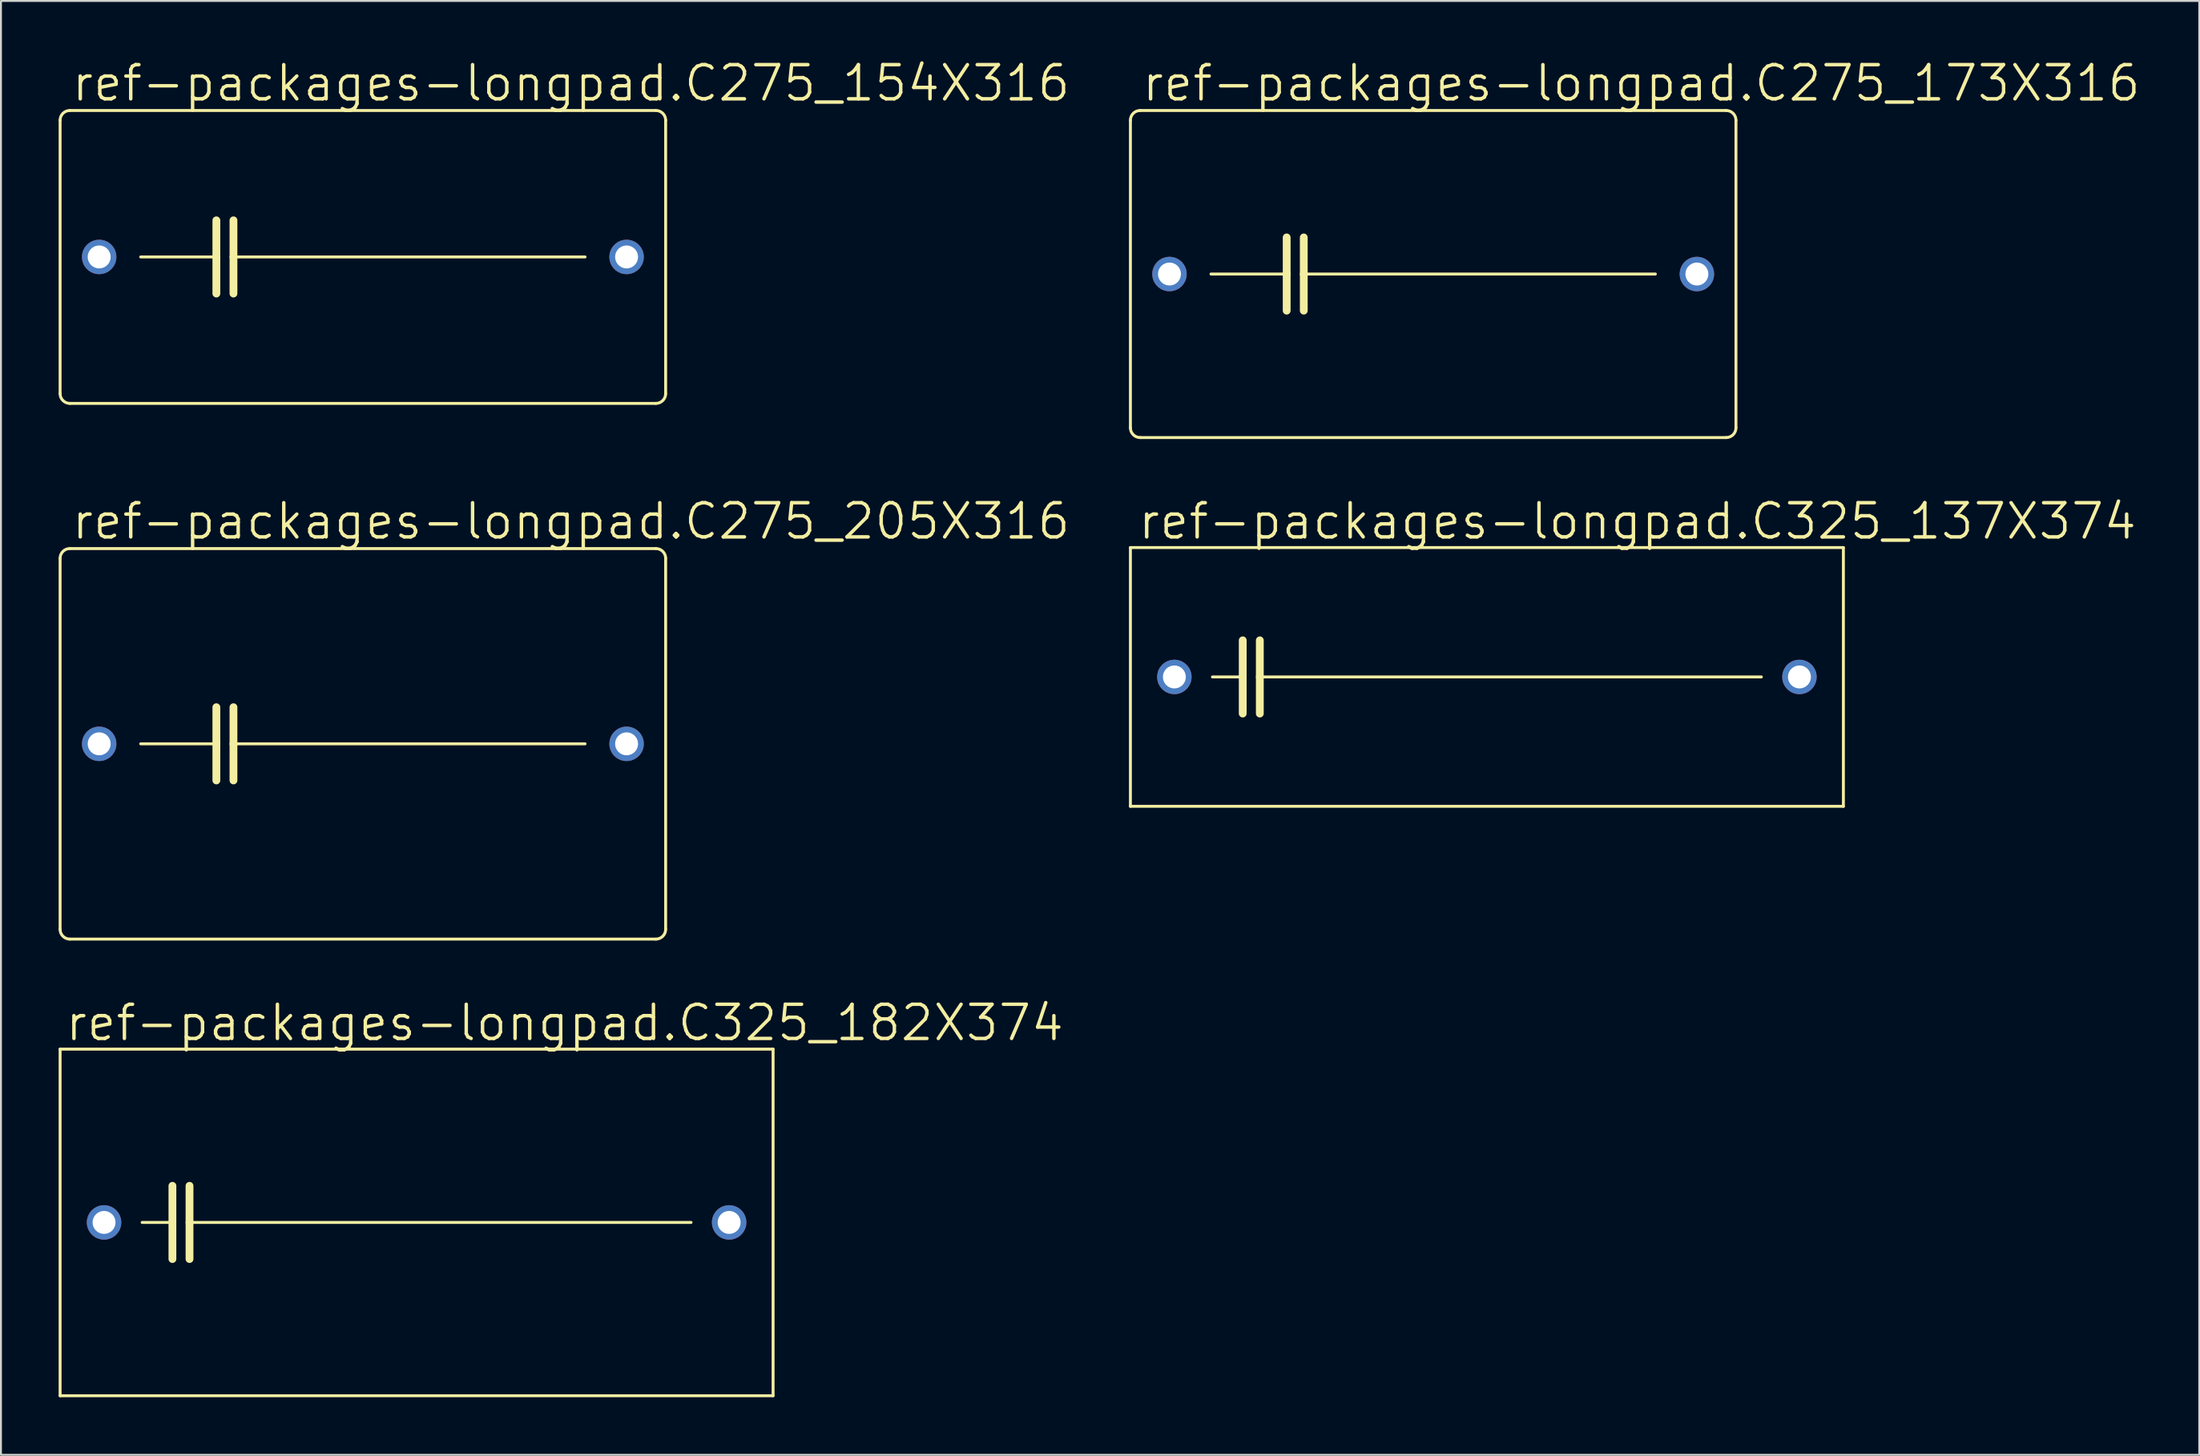
<source format=kicad_pcb>
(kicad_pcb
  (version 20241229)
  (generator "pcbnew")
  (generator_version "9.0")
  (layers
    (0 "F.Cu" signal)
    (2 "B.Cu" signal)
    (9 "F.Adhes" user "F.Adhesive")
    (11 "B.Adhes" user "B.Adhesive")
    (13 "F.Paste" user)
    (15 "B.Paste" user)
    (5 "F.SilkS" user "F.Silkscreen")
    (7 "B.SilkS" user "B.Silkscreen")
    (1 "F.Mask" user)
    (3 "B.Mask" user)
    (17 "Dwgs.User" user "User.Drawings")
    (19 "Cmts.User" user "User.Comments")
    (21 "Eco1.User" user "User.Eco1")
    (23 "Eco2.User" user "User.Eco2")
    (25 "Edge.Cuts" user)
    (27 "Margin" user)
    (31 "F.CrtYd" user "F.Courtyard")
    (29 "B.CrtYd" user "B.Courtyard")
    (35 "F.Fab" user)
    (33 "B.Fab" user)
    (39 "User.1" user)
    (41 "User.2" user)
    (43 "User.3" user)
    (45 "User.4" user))
  (footprint "ref-packages-longpad.C325_137X374"
    (layer "F.Cu")
    (at 74.287 32.172)
    (property "Reference" "ref-packages-longpad.C325_137X374" (at -18.237 -7.061 0) (layer "F.SilkS") (effects (font (size 1.778 1.778) (thickness 0.18)) (justify left bottom)))
    (attr through_hole)
    (fp_line (start -18.542 -6.731) (end -18.542 6.731) (stroke (width 0.152) (type default)) (layer "F.SilkS"))
    (fp_line (start -18.542 6.731) (end 18.542 6.731) (stroke (width 0.152) (type default)) (layer "F.SilkS"))
    (fp_line (start -14.275 0) (end -12.7 0) (stroke (width 0.152) (type default)) (layer "F.SilkS"))
    (fp_line (start -12.7 -1.905) (end -12.7 0) (stroke (width 0.406) (type default)) (layer "F.SilkS"))
    (fp_line (start -12.7 0) (end -12.7 1.905) (stroke (width 0.406) (type default)) (layer "F.SilkS"))
    (fp_line (start -11.811 -1.905) (end -11.811 0) (stroke (width 0.406) (type default)) (layer "F.SilkS"))
    (fp_line (start -11.811 0) (end -11.811 1.905) (stroke (width 0.406) (type default)) (layer "F.SilkS"))
    (fp_line (start -11.811 0) (end 14.275 0) (stroke (width 0.152) (type default)) (layer "F.SilkS"))
    (fp_line (start 18.542 -6.731) (end -18.542 -6.731) (stroke (width 0.152) (type default)) (layer "F.SilkS"))
    (fp_line (start 18.542 -6.731) (end 18.542 6.731) (stroke (width 0.152) (type default)) (layer "F.SilkS"))
    (pad "1" thru_hole circle (at -16.256 0) (size 1.791 1.791) (drill 1.194) (layers "*.Cu" "*.Mask"))
    (pad "2" thru_hole circle (at 16.256 0) (size 1.791 1.791) (drill 1.194) (layers "*.Cu" "*.Mask")))
  (footprint "ref-packages-longpad.C325_182X374"
    (layer "F.Cu")
    (at 18.618 60.554)
    (property "Reference" "ref-packages-longpad.C325_182X374" (at -18.364 -9.347 0) (layer "F.SilkS") (effects (font (size 1.778 1.778) (thickness 0.18)) (justify left bottom)))
    (attr through_hole)
    (fp_line (start -18.542 -9.017) (end -18.542 9.017) (stroke (width 0.152) (type default)) (layer "F.SilkS"))
    (fp_line (start -18.542 9.017) (end 18.542 9.017) (stroke (width 0.152) (type default)) (layer "F.SilkS"))
    (fp_line (start -14.275 0) (end -12.7 0) (stroke (width 0.152) (type default)) (layer "F.SilkS"))
    (fp_line (start -12.7 -1.905) (end -12.7 0) (stroke (width 0.406) (type default)) (layer "F.SilkS"))
    (fp_line (start -12.7 0) (end -12.7 1.905) (stroke (width 0.406) (type default)) (layer "F.SilkS"))
    (fp_line (start -11.811 -1.905) (end -11.811 0) (stroke (width 0.406) (type default)) (layer "F.SilkS"))
    (fp_line (start -11.811 0) (end -11.811 1.905) (stroke (width 0.406) (type default)) (layer "F.SilkS"))
    (fp_line (start -11.811 0) (end 14.275 0) (stroke (width 0.152) (type default)) (layer "F.SilkS"))
    (fp_line (start 18.542 -9.017) (end -18.542 -9.017) (stroke (width 0.152) (type default)) (layer "F.SilkS"))
    (fp_line (start 18.542 -9.017) (end 18.542 9.017) (stroke (width 0.152) (type default)) (layer "F.SilkS"))
    (pad "1" thru_hole circle (at -16.256 0) (size 1.791 1.791) (drill 1.194) (layers "*.Cu" "*.Mask"))
    (pad "2" thru_hole circle (at 16.256 0) (size 1.791 1.791) (drill 1.194) (layers "*.Cu" "*.Mask")))
  (footprint "ref-packages-longpad.C275_205X316"
    (layer "F.Cu")
    (at 15.824 35.652)
    (property "Reference" "ref-packages-longpad.C275_205X316" (at -15.24 -10.541 0) (layer "F.SilkS") (effects (font (size 1.778 1.778) (thickness 0.18)) (justify left bottom)))
    (attr through_hole)
    (fp_line (start -15.748 9.652) (end -15.748 -9.652) (stroke (width 0.152) (type default)) (layer "F.SilkS"))
    (fp_line (start -15.24 -10.16) (end 15.24 -10.16) (stroke (width 0.152) (type default)) (layer "F.SilkS"))
    (fp_line (start -11.557 0) (end -7.62 0) (stroke (width 0.152) (type default)) (layer "F.SilkS"))
    (fp_line (start -7.62 -1.905) (end -7.62 0) (stroke (width 0.406) (type default)) (layer "F.SilkS"))
    (fp_line (start -7.62 0) (end -7.62 1.905) (stroke (width 0.406) (type default)) (layer "F.SilkS"))
    (fp_line (start -6.731 -1.905) (end -6.731 0) (stroke (width 0.406) (type default)) (layer "F.SilkS"))
    (fp_line (start -6.731 0) (end -6.731 1.905) (stroke (width 0.406) (type default)) (layer "F.SilkS"))
    (fp_line (start -6.731 0) (end 11.557 0) (stroke (width 0.152) (type default)) (layer "F.SilkS"))
    (fp_line (start 15.24 10.16) (end -15.24 10.16) (stroke (width 0.152) (type default)) (layer "F.SilkS"))
    (fp_line (start 15.748 -9.652) (end 15.748 9.652) (stroke (width 0.152) (type default)) (layer "F.SilkS"))
    (fp_arc (start -15.748 -9.652) (mid -15.59921 -10.01121) (end -15.24 -10.16) (stroke (width 0.1524) (type default)) (layer "F.SilkS"))
    (fp_arc (start -15.24 10.16) (mid -15.59921 10.01121) (end -15.748 9.652) (stroke (width 0.1524) (type default)) (layer "F.SilkS"))
    (fp_arc (start 15.24 -10.16) (mid 15.59921 -10.01121) (end 15.748 -9.652) (stroke (width 0.1524) (type default)) (layer "F.SilkS"))
    (fp_arc (start 15.748 9.652) (mid 15.59921 10.01121) (end 15.24 10.16) (stroke (width 0.1524) (type default)) (layer "F.SilkS"))
    (pad "1" thru_hole circle (at -13.716 0) (size 1.791 1.791) (drill 1.194) (layers "*.Cu" "*.Mask"))
    (pad "2" thru_hole circle (at 13.716 0) (size 1.791 1.791) (drill 1.194) (layers "*.Cu" "*.Mask")))
  (footprint "ref-packages-longpad.C275_173X316"
    (layer "F.Cu")
    (at 71.493 11.208)
    (property "Reference" "ref-packages-longpad.C275_173X316" (at -15.24 -8.89 0) (layer "F.SilkS") (effects (font (size 1.778 1.778) (thickness 0.18)) (justify left bottom)))
    (attr through_hole)
    (fp_line (start -15.748 8.001) (end -15.748 -8.001) (stroke (width 0.152) (type default)) (layer "F.SilkS"))
    (fp_line (start -15.24 -8.509) (end 15.24 -8.509) (stroke (width 0.152) (type default)) (layer "F.SilkS"))
    (fp_line (start -11.557 0) (end -7.62 0) (stroke (width 0.152) (type default)) (layer "F.SilkS"))
    (fp_line (start -7.62 -1.905) (end -7.62 0) (stroke (width 0.406) (type default)) (layer "F.SilkS"))
    (fp_line (start -7.62 0) (end -7.62 1.905) (stroke (width 0.406) (type default)) (layer "F.SilkS"))
    (fp_line (start -6.731 -1.905) (end -6.731 0) (stroke (width 0.406) (type default)) (layer "F.SilkS"))
    (fp_line (start -6.731 0) (end -6.731 1.905) (stroke (width 0.406) (type default)) (layer "F.SilkS"))
    (fp_line (start -6.731 0) (end 11.557 0) (stroke (width 0.152) (type default)) (layer "F.SilkS"))
    (fp_line (start 15.24 8.509) (end -15.24 8.509) (stroke (width 0.152) (type default)) (layer "F.SilkS"))
    (fp_line (start 15.748 -8.001) (end 15.748 8.001) (stroke (width 0.152) (type default)) (layer "F.SilkS"))
    (fp_arc (start -15.748 -8.001) (mid -15.59921 -8.36021) (end -15.24 -8.509) (stroke (width 0.1524) (type default)) (layer "F.SilkS"))
    (fp_arc (start -15.24 8.509) (mid -15.59921 8.36021) (end -15.748 8.001) (stroke (width 0.1524) (type default)) (layer "F.SilkS"))
    (fp_arc (start 15.24 -8.509) (mid 15.59921 -8.36021) (end 15.748 -8.001) (stroke (width 0.1524) (type default)) (layer "F.SilkS"))
    (fp_arc (start 15.748 8.001) (mid 15.59921 8.36021) (end 15.24 8.509) (stroke (width 0.1524) (type default)) (layer "F.SilkS"))
    (pad "1" thru_hole circle (at -13.716 0) (size 1.791 1.791) (drill 1.194) (layers "*.Cu" "*.Mask"))
    (pad "2" thru_hole circle (at 13.716 0) (size 1.791 1.791) (drill 1.194) (layers "*.Cu" "*.Mask")))
  (footprint "ref-packages-longpad.C275_154X316"
    (layer "F.Cu")
    (at 15.824 10.319)
    (property "Reference" "ref-packages-longpad.C275_154X316" (at -15.24 -8.001 0) (layer "F.SilkS") (effects (font (size 1.778 1.778) (thickness 0.18)) (justify left bottom)))
    (attr through_hole)
    (fp_line (start -15.748 7.112) (end -15.748 -7.112) (stroke (width 0.152) (type default)) (layer "F.SilkS"))
    (fp_line (start -15.24 -7.62) (end 15.24 -7.62) (stroke (width 0.152) (type default)) (layer "F.SilkS"))
    (fp_line (start -11.557 0) (end -7.62 0) (stroke (width 0.152) (type default)) (layer "F.SilkS"))
    (fp_line (start -7.62 -1.905) (end -7.62 0) (stroke (width 0.406) (type default)) (layer "F.SilkS"))
    (fp_line (start -7.62 0) (end -7.62 1.905) (stroke (width 0.406) (type default)) (layer "F.SilkS"))
    (fp_line (start -6.731 -1.905) (end -6.731 0) (stroke (width 0.406) (type default)) (layer "F.SilkS"))
    (fp_line (start -6.731 0) (end -6.731 1.905) (stroke (width 0.406) (type default)) (layer "F.SilkS"))
    (fp_line (start -6.731 0) (end 11.557 0) (stroke (width 0.152) (type default)) (layer "F.SilkS"))
    (fp_line (start 15.24 7.62) (end -15.24 7.62) (stroke (width 0.152) (type default)) (layer "F.SilkS"))
    (fp_line (start 15.748 -7.112) (end 15.748 7.112) (stroke (width 0.152) (type default)) (layer "F.SilkS"))
    (fp_arc (start -15.748 -7.112) (mid -15.59921 -7.47121) (end -15.24 -7.62) (stroke (width 0.1524) (type default)) (layer "F.SilkS"))
    (fp_arc (start -15.24 7.62) (mid -15.59921 7.47121) (end -15.748 7.112) (stroke (width 0.1524) (type default)) (layer "F.SilkS"))
    (fp_arc (start 15.24 -7.62) (mid 15.59921 -7.47121) (end 15.748 -7.112) (stroke (width 0.1524) (type default)) (layer "F.SilkS"))
    (fp_arc (start 15.748 7.112) (mid 15.59921 7.47121) (end 15.24 7.62) (stroke (width 0.1524) (type default)) (layer "F.SilkS"))
    (pad "1" thru_hole circle (at -13.716 0) (size 1.791 1.791) (drill 1.194) (layers "*.Cu" "*.Mask"))
    (pad "2" thru_hole circle (at 13.716 0) (size 1.791 1.791) (drill 1.194) (layers "*.Cu" "*.Mask")))
  (gr_rect
    (start -3 -3)
    (end 111.339 72.647)
    (stroke (width 0.1) (type default))
    (fill no)
    (layer "Edge.Cuts")))
</source>
